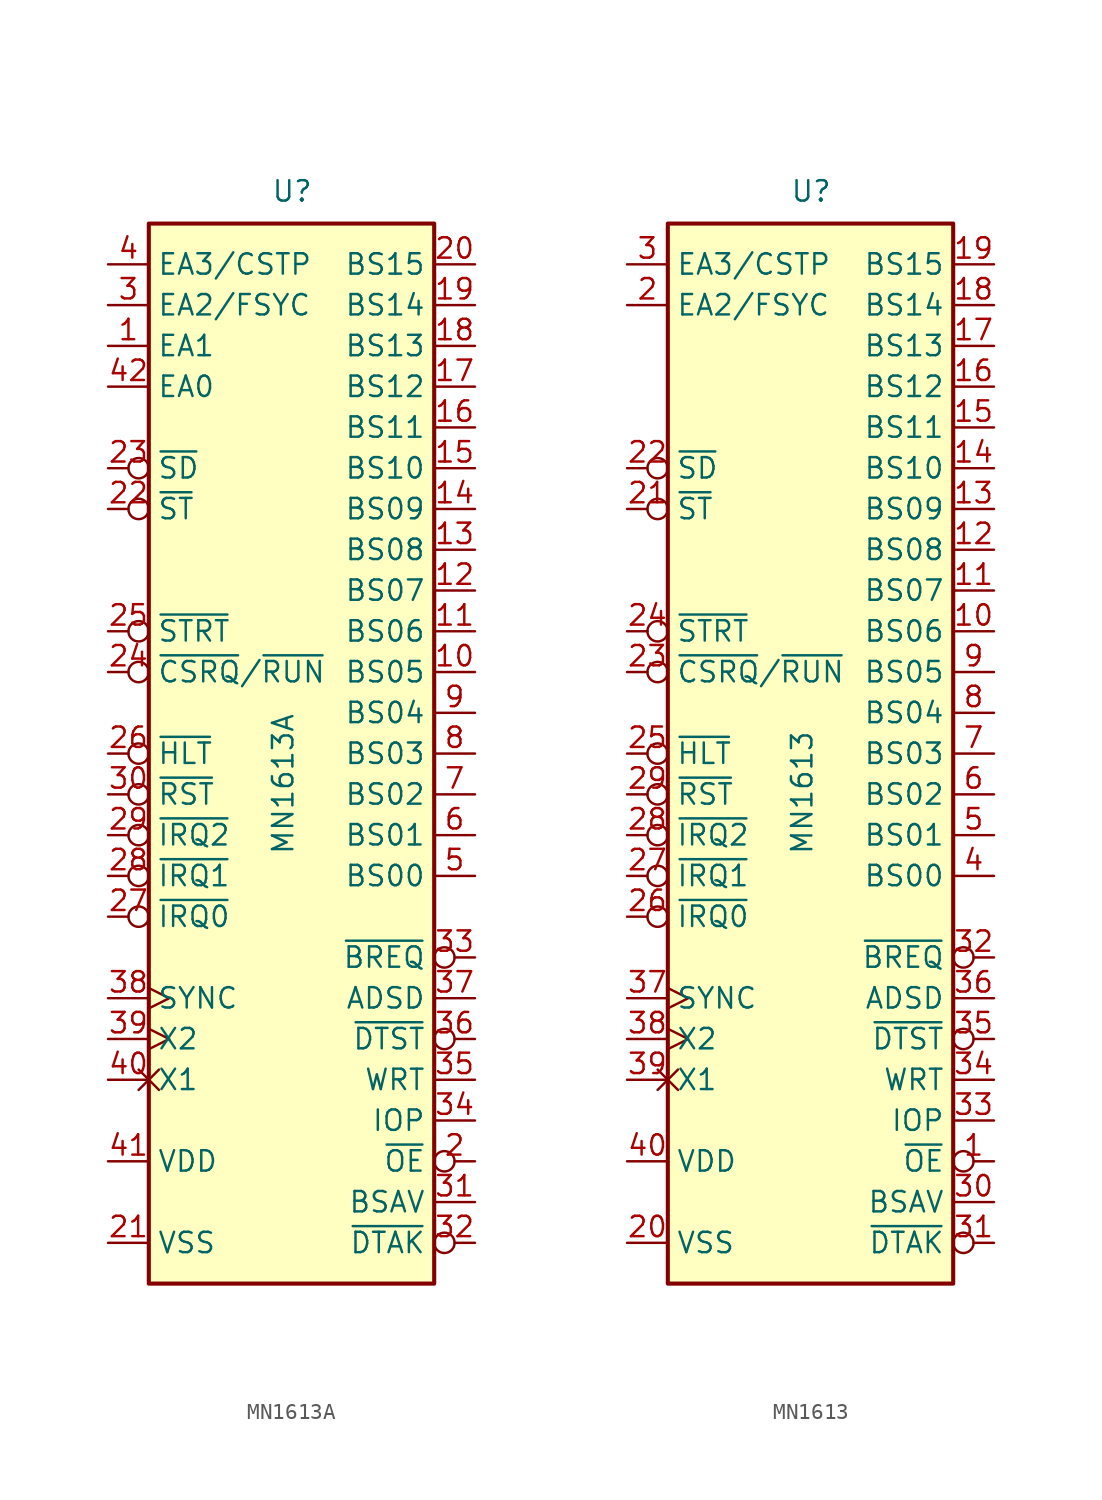
<source format=kicad_sym>
(kicad_symbol_lib
  (version 20231120)
  (generator "kicad_symbol_editor")
  (generator_version "8.0")
  (symbol "MN1613A"
    (property "Reference" "U"
      (at -1.27 34.29 0)
      (effects (font (size 1.27 1.27)) (justify left bottom)))
    (property "Value" "MN1613A"
      (at -1.27 -6.35 90)
      (effects (font (size 1.27 1.27)) (justify left top)))
    (symbol "MN1613A_0_0"
      (pin output line (at -11.43 25.4 0) (length 2.54) (name "EA1" (effects (font (size 1.27 1.27)))) (number "1" (effects (font (size 1.27 1.27)))))
      (pin output line (at -11.43 22.86 0) (length 2.54) (name "EA0" (effects (font (size 1.27 1.27)))) (number "42" (effects (font (size 1.27 1.27))))))
    (symbol "MN1613A_0_1"
      (rectangle (start -8.89 -33.02) (end 8.89 33.02) (stroke (width 0.254) (type default)) (fill (type background))))
    (symbol "MN1613A_1_1"
      (pin bidirectional line (at 11.43 5.08 180) (length 2.54) (name "BS05" (effects (font (size 1.27 1.27)))) (number "10" (effects (font (size 1.27 1.27)))))
      (pin bidirectional line (at 11.43 7.62 180) (length 2.54) (name "BS06" (effects (font (size 1.27 1.27)))) (number "11" (effects (font (size 1.27 1.27)))))
      (pin bidirectional line (at 11.43 10.16 180) (length 2.54) (name "BS07" (effects (font (size 1.27 1.27)))) (number "12" (effects (font (size 1.27 1.27)))))
      (pin bidirectional line (at 11.43 12.7 180) (length 2.54) (name "BS08" (effects (font (size 1.27 1.27)))) (number "13" (effects (font (size 1.27 1.27)))))
      (pin bidirectional line (at 11.43 15.24 180) (length 2.54) (name "BS09" (effects (font (size 1.27 1.27)))) (number "14" (effects (font (size 1.27 1.27)))))
      (pin bidirectional line (at 11.43 17.78 180) (length 2.54) (name "BS10" (effects (font (size 1.27 1.27)))) (number "15" (effects (font (size 1.27 1.27)))))
      (pin bidirectional line (at 11.43 20.32 180) (length 2.54) (name "BS11" (effects (font (size 1.27 1.27)))) (number "16" (effects (font (size 1.27 1.27)))))
      (pin bidirectional line (at 11.43 22.86 180) (length 2.54) (name "BS12" (effects (font (size 1.27 1.27)))) (number "17" (effects (font (size 1.27 1.27)))))
      (pin bidirectional line (at 11.43 25.4 180) (length 2.54) (name "BS13" (effects (font (size 1.27 1.27)))) (number "18" (effects (font (size 1.27 1.27)))))
      (pin bidirectional line (at 11.43 27.94 180) (length 2.54) (name "BS14" (effects (font (size 1.27 1.27)))) (number "19" (effects (font (size 1.27 1.27)))))
      (pin output inverted (at 11.43 -25.4 180) (length 2.54) (name "~{OE}" (effects (font (size 1.27 1.27)))) (number "2" (effects (font (size 1.27 1.27)))))
      (pin bidirectional line (at 11.43 30.48 180) (length 2.54) (name "BS15" (effects (font (size 1.27 1.27)))) (number "20" (effects (font (size 1.27 1.27)))))
      (pin power_in line (at -11.43 -30.48 0) (length 2.54) (name "VSS" (effects (font (size 1.27 1.27)))) (number "21" (effects (font (size 1.27 1.27)))))
      (pin bidirectional inverted (at -11.43 15.24 0) (length 2.54) (name "~{ST}" (effects (font (size 1.27 1.27)))) (number "22" (effects (font (size 1.27 1.27)))))
      (pin bidirectional inverted (at -11.43 17.78 0) (length 2.54) (name "~{SD}" (effects (font (size 1.27 1.27)))) (number "23" (effects (font (size 1.27 1.27)))))
      (pin bidirectional inverted (at -11.43 5.08 0) (length 2.54) (name "~{CSRQ}/~{RUN}" (effects (font (size 1.27 1.27)))) (number "24" (effects (font (size 1.27 1.27)))))
      (pin input inverted (at -11.43 7.62 0) (length 2.54) (name "~{STRT}" (effects (font (size 1.27 1.27)))) (number "25" (effects (font (size 1.27 1.27)))))
      (pin input inverted (at -11.43 0 0) (length 2.54) (name "~{HLT}" (effects (font (size 1.27 1.27)))) (number "26" (effects (font (size 1.27 1.27)))))
      (pin input inverted (at -11.43 -10.16 0) (length 2.54) (name "~{IRQ0}" (effects (font (size 1.27 1.27)))) (number "27" (effects (font (size 1.27 1.27)))))
      (pin input inverted (at -11.43 -7.62 0) (length 2.54) (name "~{IRQ1}" (effects (font (size 1.27 1.27)))) (number "28" (effects (font (size 1.27 1.27)))))
      (pin input inverted (at -11.43 -5.08 0) (length 2.54) (name "~{IRQ2}" (effects (font (size 1.27 1.27)))) (number "29" (effects (font (size 1.27 1.27)))))
      (pin output line (at -11.43 27.94 0) (length 2.54) (name "EA2/FSYC" (effects (font (size 1.27 1.27)))) (number "3" (effects (font (size 1.27 1.27)))))
      (pin input inverted (at -11.43 -2.54 0) (length 2.54) (name "~{RST}" (effects (font (size 1.27 1.27)))) (number "30" (effects (font (size 1.27 1.27)))))
      (pin input line (at 11.43 -27.94 180) (length 2.54) (name "BSAV" (effects (font (size 1.27 1.27)))) (number "31" (effects (font (size 1.27 1.27)))))
      (pin input inverted (at 11.43 -30.48 180) (length 2.54) (name "~{DTAK}" (effects (font (size 1.27 1.27)))) (number "32" (effects (font (size 1.27 1.27)))))
      (pin output inverted (at 11.43 -12.7 180) (length 2.54) (name "~{BREQ}" (effects (font (size 1.27 1.27)))) (number "33" (effects (font (size 1.27 1.27)))))
      (pin output line (at 11.43 -22.86 180) (length 2.54) (name "IOP" (effects (font (size 1.27 1.27)))) (number "34" (effects (font (size 1.27 1.27)))))
      (pin output line (at 11.43 -20.32 180) (length 2.54) (name "WRT" (effects (font (size 1.27 1.27)))) (number "35" (effects (font (size 1.27 1.27)))))
      (pin output inverted (at 11.43 -17.78 180) (length 2.54) (name "~{DTST}" (effects (font (size 1.27 1.27)))) (number "36" (effects (font (size 1.27 1.27)))))
      (pin output line (at 11.43 -15.24 180) (length 2.54) (name "ADSD" (effects (font (size 1.27 1.27)))) (number "37" (effects (font (size 1.27 1.27)))))
      (pin output clock (at -11.43 -15.24 0) (length 2.54) (name "SYNC" (effects (font (size 1.27 1.27)))) (number "38" (effects (font (size 1.27 1.27)))))
      (pin input clock (at -11.43 -17.78 0) (length 2.54) (name "X2" (effects (font (size 1.27 1.27)))) (number "39" (effects (font (size 1.27 1.27)))))
      (pin bidirectional line (at -11.43 30.48 0) (length 2.54) (name "EA3/CSTP" (effects (font (size 1.27 1.27)))) (number "4" (effects (font (size 1.27 1.27)))))
      (pin passive non_logic (at -11.43 -20.32 0) (length 2.54) (name "X1" (effects (font (size 1.27 1.27)))) (number "40" (effects (font (size 1.27 1.27)))))
      (pin power_in line (at -11.43 -25.4 0) (length 2.54) (name "VDD" (effects (font (size 1.27 1.27)))) (number "41" (effects (font (size 1.27 1.27)))))
      (pin bidirectional line (at 11.43 -7.62 180) (length 2.54) (name "BS00" (effects (font (size 1.27 1.27)))) (number "5" (effects (font (size 1.27 1.27)))))
      (pin bidirectional line (at 11.43 -5.08 180) (length 2.54) (name "BS01" (effects (font (size 1.27 1.27)))) (number "6" (effects (font (size 1.27 1.27)))))
      (pin bidirectional line (at 11.43 -2.54 180) (length 2.54) (name "BS02" (effects (font (size 1.27 1.27)))) (number "7" (effects (font (size 1.27 1.27)))))
      (pin bidirectional line (at 11.43 0 180) (length 2.54) (name "BS03" (effects (font (size 1.27 1.27)))) (number "8" (effects (font (size 1.27 1.27)))))
      (pin bidirectional line (at 11.43 2.54 180) (length 2.54) (name "BS04" (effects (font (size 1.27 1.27)))) (number "9" (effects (font (size 1.27 1.27)))))))
  (symbol "MN1613"
    (property "Reference" "U"
      (at -1.27 34.29 0)
      (effects (font (size 1.27 1.27)) (justify left bottom)))
    (property "Value" "MN1613"
      (at -1.27 -6.35 90)
      (effects (font (size 1.27 1.27)) (justify left top)))
    (symbol "MN1613_0_1"
      (rectangle (start -8.89 -33.02) (end 8.89 33.02) (stroke (width 0.254) (type default)) (fill (type background))))
    (symbol "MN1613_1_1"
      (pin output inverted (at 11.43 -25.4 180) (length 2.54) (name "~{OE}" (effects (font (size 1.27 1.27)))) (number "1" (effects (font (size 1.27 1.27)))))
      (pin bidirectional line (at 11.43 7.62 180) (length 2.54) (name "BS06" (effects (font (size 1.27 1.27)))) (number "10" (effects (font (size 1.27 1.27)))))
      (pin bidirectional line (at 11.43 10.16 180) (length 2.54) (name "BS07" (effects (font (size 1.27 1.27)))) (number "11" (effects (font (size 1.27 1.27)))))
      (pin bidirectional line (at 11.43 12.7 180) (length 2.54) (name "BS08" (effects (font (size 1.27 1.27)))) (number "12" (effects (font (size 1.27 1.27)))))
      (pin bidirectional line (at 11.43 15.24 180) (length 2.54) (name "BS09" (effects (font (size 1.27 1.27)))) (number "13" (effects (font (size 1.27 1.27)))))
      (pin bidirectional line (at 11.43 17.78 180) (length 2.54) (name "BS10" (effects (font (size 1.27 1.27)))) (number "14" (effects (font (size 1.27 1.27)))))
      (pin bidirectional line (at 11.43 20.32 180) (length 2.54) (name "BS11" (effects (font (size 1.27 1.27)))) (number "15" (effects (font (size 1.27 1.27)))))
      (pin bidirectional line (at 11.43 22.86 180) (length 2.54) (name "BS12" (effects (font (size 1.27 1.27)))) (number "16" (effects (font (size 1.27 1.27)))))
      (pin bidirectional line (at 11.43 25.4 180) (length 2.54) (name "BS13" (effects (font (size 1.27 1.27)))) (number "17" (effects (font (size 1.27 1.27)))))
      (pin bidirectional line (at 11.43 27.94 180) (length 2.54) (name "BS14" (effects (font (size 1.27 1.27)))) (number "18" (effects (font (size 1.27 1.27)))))
      (pin bidirectional line (at 11.43 30.48 180) (length 2.54) (name "BS15" (effects (font (size 1.27 1.27)))) (number "19" (effects (font (size 1.27 1.27)))))
      (pin output line (at -11.43 27.94 0) (length 2.54) (name "EA2/FSYC" (effects (font (size 1.27 1.27)))) (number "2" (effects (font (size 1.27 1.27)))))
      (pin power_in line (at -11.43 -30.48 0) (length 2.54) (name "VSS" (effects (font (size 1.27 1.27)))) (number "20" (effects (font (size 1.27 1.27)))))
      (pin bidirectional inverted (at -11.43 15.24 0) (length 2.54) (name "~{ST}" (effects (font (size 1.27 1.27)))) (number "21" (effects (font (size 1.27 1.27)))))
      (pin bidirectional inverted (at -11.43 17.78 0) (length 2.54) (name "~{SD}" (effects (font (size 1.27 1.27)))) (number "22" (effects (font (size 1.27 1.27)))))
      (pin bidirectional inverted (at -11.43 5.08 0) (length 2.54) (name "~{CSRQ}/~{RUN}" (effects (font (size 1.27 1.27)))) (number "23" (effects (font (size 1.27 1.27)))))
      (pin input inverted (at -11.43 7.62 0) (length 2.54) (name "~{STRT}" (effects (font (size 1.27 1.27)))) (number "24" (effects (font (size 1.27 1.27)))))
      (pin input inverted (at -11.43 0 0) (length 2.54) (name "~{HLT}" (effects (font (size 1.27 1.27)))) (number "25" (effects (font (size 1.27 1.27)))))
      (pin input inverted (at -11.43 -10.16 0) (length 2.54) (name "~{IRQ0}" (effects (font (size 1.27 1.27)))) (number "26" (effects (font (size 1.27 1.27)))))
      (pin input inverted (at -11.43 -7.62 0) (length 2.54) (name "~{IRQ1}" (effects (font (size 1.27 1.27)))) (number "27" (effects (font (size 1.27 1.27)))))
      (pin input inverted (at -11.43 -5.08 0) (length 2.54) (name "~{IRQ2}" (effects (font (size 1.27 1.27)))) (number "28" (effects (font (size 1.27 1.27)))))
      (pin input inverted (at -11.43 -2.54 0) (length 2.54) (name "~{RST}" (effects (font (size 1.27 1.27)))) (number "29" (effects (font (size 1.27 1.27)))))
      (pin bidirectional line (at -11.43 30.48 0) (length 2.54) (name "EA3/CSTP" (effects (font (size 1.27 1.27)))) (number "3" (effects (font (size 1.27 1.27)))))
      (pin input line (at 11.43 -27.94 180) (length 2.54) (name "BSAV" (effects (font (size 1.27 1.27)))) (number "30" (effects (font (size 1.27 1.27)))))
      (pin input inverted (at 11.43 -30.48 180) (length 2.54) (name "~{DTAK}" (effects (font (size 1.27 1.27)))) (number "31" (effects (font (size 1.27 1.27)))))
      (pin output inverted (at 11.43 -12.7 180) (length 2.54) (name "~{BREQ}" (effects (font (size 1.27 1.27)))) (number "32" (effects (font (size 1.27 1.27)))))
      (pin output line (at 11.43 -22.86 180) (length 2.54) (name "IOP" (effects (font (size 1.27 1.27)))) (number "33" (effects (font (size 1.27 1.27)))))
      (pin output line (at 11.43 -20.32 180) (length 2.54) (name "WRT" (effects (font (size 1.27 1.27)))) (number "34" (effects (font (size 1.27 1.27)))))
      (pin output inverted (at 11.43 -17.78 180) (length 2.54) (name "~{DTST}" (effects (font (size 1.27 1.27)))) (number "35" (effects (font (size 1.27 1.27)))))
      (pin output line (at 11.43 -15.24 180) (length 2.54) (name "ADSD" (effects (font (size 1.27 1.27)))) (number "36" (effects (font (size 1.27 1.27)))))
      (pin output clock (at -11.43 -15.24 0) (length 2.54) (name "SYNC" (effects (font (size 1.27 1.27)))) (number "37" (effects (font (size 1.27 1.27)))))
      (pin input clock (at -11.43 -17.78 0) (length 2.54) (name "X2" (effects (font (size 1.27 1.27)))) (number "38" (effects (font (size 1.27 1.27)))))
      (pin passive non_logic (at -11.43 -20.32 0) (length 2.54) (name "X1" (effects (font (size 1.27 1.27)))) (number "39" (effects (font (size 1.27 1.27)))))
      (pin bidirectional line (at 11.43 -7.62 180) (length 2.54) (name "BS00" (effects (font (size 1.27 1.27)))) (number "4" (effects (font (size 1.27 1.27)))))
      (pin power_in line (at -11.43 -25.4 0) (length 2.54) (name "VDD" (effects (font (size 1.27 1.27)))) (number "40" (effects (font (size 1.27 1.27)))))
      (pin bidirectional line (at 11.43 -5.08 180) (length 2.54) (name "BS01" (effects (font (size 1.27 1.27)))) (number "5" (effects (font (size 1.27 1.27)))))
      (pin bidirectional line (at 11.43 -2.54 180) (length 2.54) (name "BS02" (effects (font (size 1.27 1.27)))) (number "6" (effects (font (size 1.27 1.27)))))
      (pin bidirectional line (at 11.43 0 180) (length 2.54) (name "BS03" (effects (font (size 1.27 1.27)))) (number "7" (effects (font (size 1.27 1.27)))))
      (pin bidirectional line (at 11.43 2.54 180) (length 2.54) (name "BS04" (effects (font (size 1.27 1.27)))) (number "8" (effects (font (size 1.27 1.27)))))
      (pin bidirectional line (at 11.43 5.08 180) (length 2.54) (name "BS05" (effects (font (size 1.27 1.27)))) (number "9" (effects (font (size 1.27 1.27))))))))
</source>
